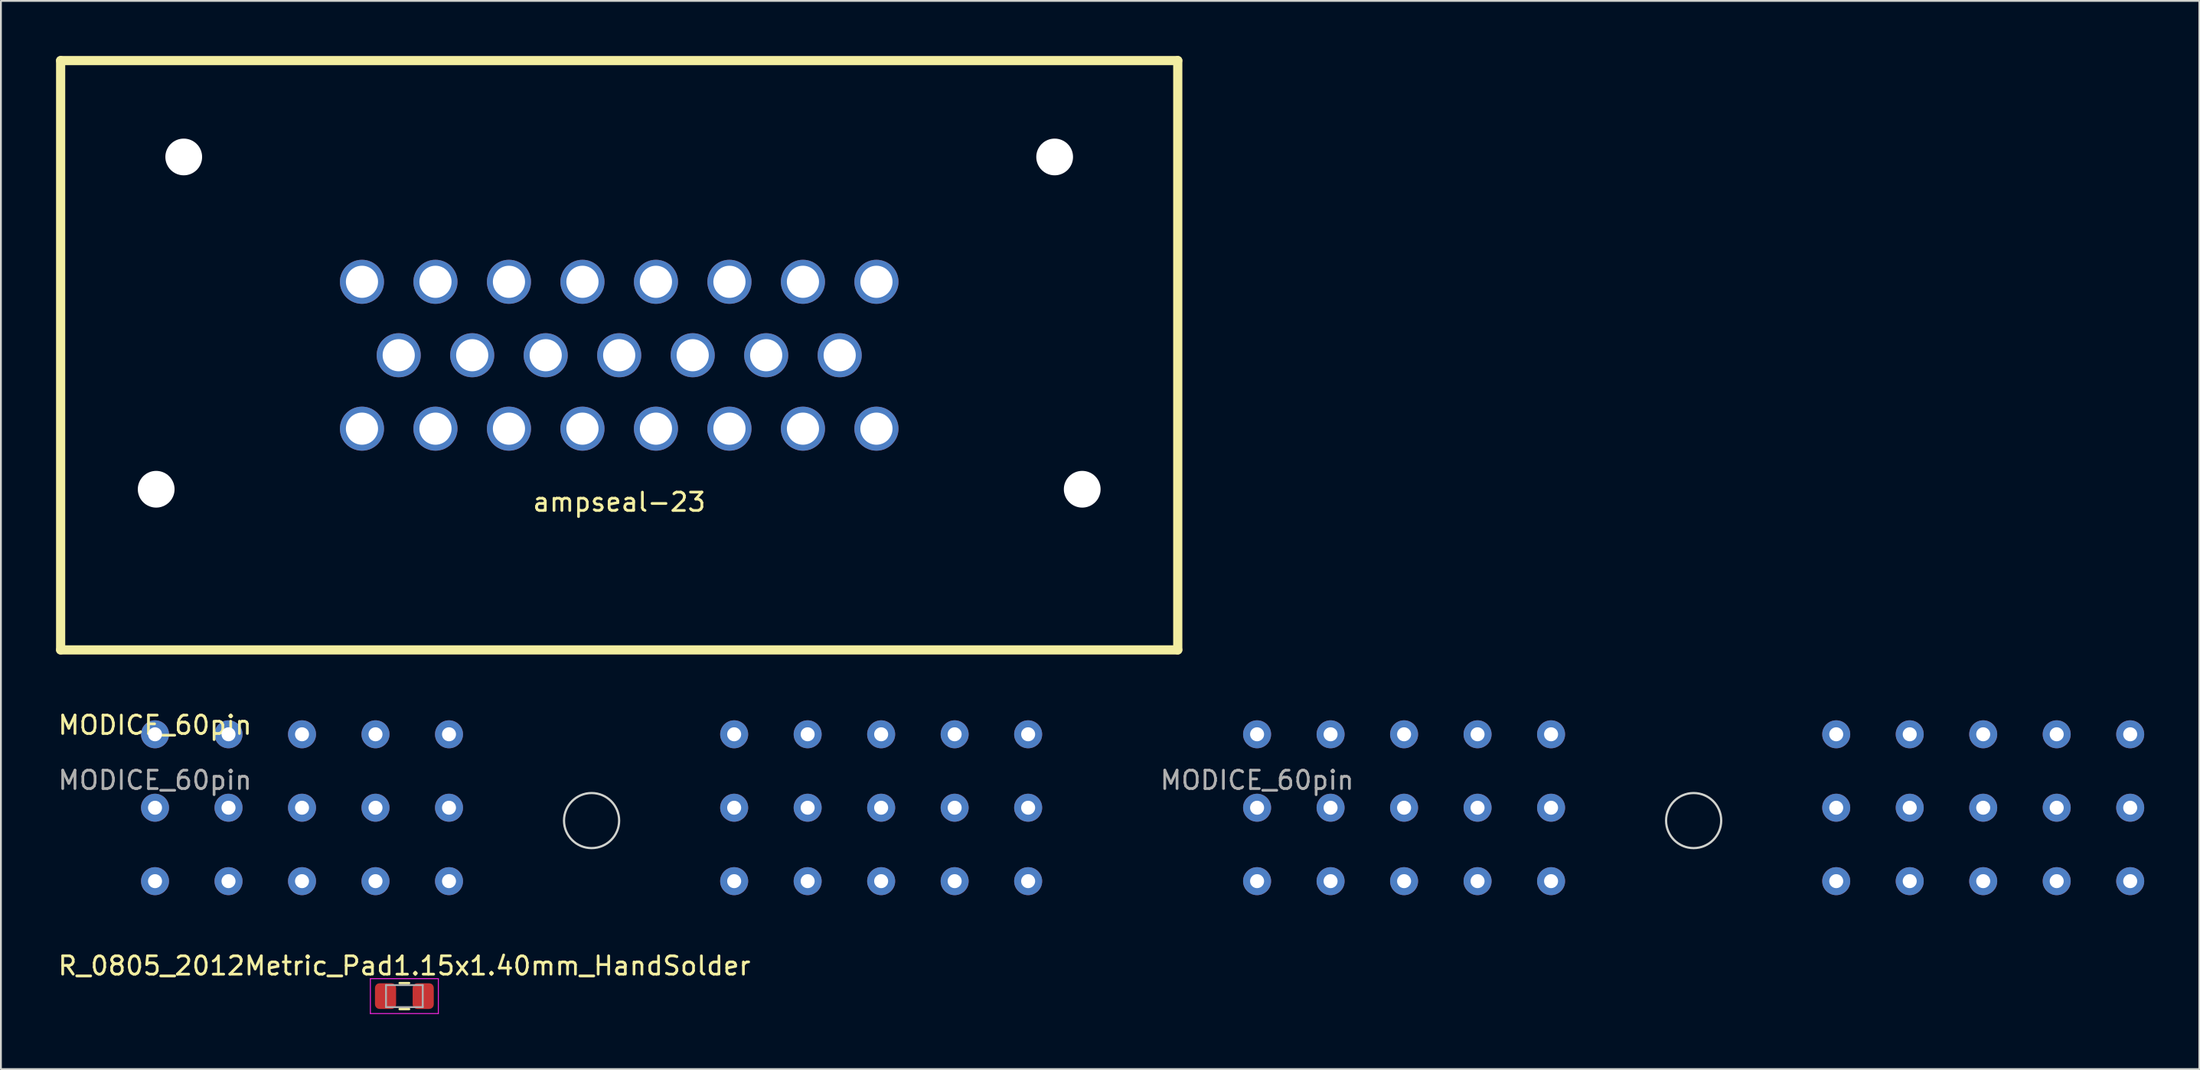
<source format=kicad_pcb>
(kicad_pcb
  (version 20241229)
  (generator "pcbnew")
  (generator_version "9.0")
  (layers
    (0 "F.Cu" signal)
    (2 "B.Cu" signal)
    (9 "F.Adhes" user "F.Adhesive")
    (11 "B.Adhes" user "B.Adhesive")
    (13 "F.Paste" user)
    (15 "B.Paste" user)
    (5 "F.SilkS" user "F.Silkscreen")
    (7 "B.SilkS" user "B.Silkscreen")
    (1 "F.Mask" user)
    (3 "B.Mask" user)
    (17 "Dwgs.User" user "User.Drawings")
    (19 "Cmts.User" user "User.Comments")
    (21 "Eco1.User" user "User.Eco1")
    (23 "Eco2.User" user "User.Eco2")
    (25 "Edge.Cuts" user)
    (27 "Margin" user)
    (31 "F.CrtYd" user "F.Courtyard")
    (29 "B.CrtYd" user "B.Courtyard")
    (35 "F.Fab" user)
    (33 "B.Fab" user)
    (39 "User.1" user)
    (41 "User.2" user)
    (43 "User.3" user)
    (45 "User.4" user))
  (footprint "R_0805_2012Metric_Pad1.15x1.40mm_HandSolder"
    (layer "F.Cu")
    (at 18.958 51.209)
    (property "Reference" "R_0805_2012Metric_Pad1.15x1.40mm_HandSolder" (at 0 -1.65 180) (layer "F.SilkS") (effects (font (size 1 1) (thickness 0.15))))
    (attr smd)
    (fp_line (start -0.261 -0.71) (end 0.261 -0.71) (stroke (width 0.12) (type solid)) (layer "F.SilkS"))
    (fp_line (start -0.261 0.71) (end 0.261 0.71) (stroke (width 0.12) (type solid)) (layer "F.SilkS"))
    (fp_line (start -1.85 -0.95) (end 1.85 -0.95) (stroke (width 0.05) (type solid)) (layer "F.CrtYd"))
    (fp_line (start -1.85 0.95) (end -1.85 -0.95) (stroke (width 0.05) (type solid)) (layer "F.CrtYd"))
    (fp_line (start 1.85 -0.95) (end 1.85 0.95) (stroke (width 0.05) (type solid)) (layer "F.CrtYd"))
    (fp_line (start 1.85 0.95) (end -1.85 0.95) (stroke (width 0.05) (type solid)) (layer "F.CrtYd"))
    (fp_line (start -1 -0.6) (end 1 -0.6) (stroke (width 0.1) (type solid)) (layer "F.Fab"))
    (fp_line (start -1 0.6) (end -1 -0.6) (stroke (width 0.1) (type solid)) (layer "F.Fab"))
    (fp_line (start 1 -0.6) (end 1 0.6) (stroke (width 0.1) (type solid)) (layer "F.Fab"))
    (fp_line (start 1 0.6) (end -1 0.6) (stroke (width 0.1) (type solid)) (layer "F.Fab"))
    (pad "1" smd roundrect (at -1.025 0) (size 1.15 1.4) (layers "F.Cu" "F.Mask" "F.Paste") (roundrect_rratio 0.217))
    (pad "2" smd roundrect (at 1.025 0) (size 1.15 1.4) (layers "F.Cu" "F.Mask" "F.Paste") (roundrect_rratio 0.217)))
  (footprint "MODICE_60pin"
    (layer "F.Cu")
    (at 5.387 36.948)
    (property "Reference" "MODICE_60pin" (at 0 -0.5 0) (unlocked yes) (layer "F.SilkS") (effects (font (size 1 1) (thickness 0.15))))
    (attr through_hole)
    (fp_circle (center 23.76 4.7) (end 25.26 4.7) (stroke (width 0.12) (type solid)) (fill no) (layer "Edge.Cuts"))
    (fp_circle (center 83.74 4.7) (end 85.24 4.7) (stroke (width 0.12) (type solid)) (fill no) (layer "Edge.Cuts"))
    (fp_text user "${REFERENCE}" (at 0 2.5 0) (unlocked yes) (layer "F.Fab") (effects (font (size 1 1) (thickness 0.15))))
    (fp_text user "${REFERENCE}" (at 59.98 2.5 0) (unlocked yes) (layer "F.Fab") (effects (font (size 1 1) (thickness 0.15))))
    (pad "1" thru_hole circle (at 0 8) (size 1.524 1.524) (drill 0.762) (layers "*.Cu" "*.Mask"))
    (pad "2" thru_hole circle (at 4 8) (size 1.524 1.524) (drill 0.762) (layers "*.Cu" "*.Mask"))
    (pad "3" thru_hole circle (at 8 8) (size 1.524 1.524) (drill 0.762) (layers "*.Cu" "*.Mask"))
    (pad "4" thru_hole circle (at 12 8) (size 1.524 1.524) (drill 0.762) (layers "*.Cu" "*.Mask"))
    (pad "5" thru_hole circle (at 16 8) (size 1.524 1.524) (drill 0.762) (layers "*.Cu" "*.Mask"))
    (pad "6" thru_hole circle (at 31.52 8) (size 1.524 1.524) (drill 0.762) (layers "*.Cu" "*.Mask"))
    (pad "7" thru_hole circle (at 35.52 8) (size 1.524 1.524) (drill 0.762) (layers "*.Cu" "*.Mask"))
    (pad "8" thru_hole circle (at 39.52 8) (size 1.524 1.524) (drill 0.762) (layers "*.Cu" "*.Mask"))
    (pad "9" thru_hole circle (at 43.52 8) (size 1.524 1.524) (drill 0.762) (layers "*.Cu" "*.Mask"))
    (pad "10" thru_hole circle (at 47.52 8) (size 1.524 1.524) (drill 0.762) (layers "*.Cu" "*.Mask"))
    (pad "11" thru_hole circle (at 59.98 8) (size 1.524 1.524) (drill 0.762) (layers "*.Cu" "*.Mask"))
    (pad "12" thru_hole circle (at 63.98 8) (size 1.524 1.524) (drill 0.762) (layers "*.Cu" "*.Mask"))
    (pad "13" thru_hole circle (at 67.98 8) (size 1.524 1.524) (drill 0.762) (layers "*.Cu" "*.Mask"))
    (pad "14" thru_hole circle (at 71.98 8) (size 1.524 1.524) (drill 0.762) (layers "*.Cu" "*.Mask"))
    (pad "15" thru_hole circle (at 75.98 8) (size 1.524 1.524) (drill 0.762) (layers "*.Cu" "*.Mask"))
    (pad "16" thru_hole circle (at 91.5 8) (size 1.524 1.524) (drill 0.762) (layers "*.Cu" "*.Mask"))
    (pad "17" thru_hole circle (at 95.5 8) (size 1.524 1.524) (drill 0.762) (layers "*.Cu" "*.Mask"))
    (pad "18" thru_hole circle (at 99.5 8) (size 1.524 1.524) (drill 0.762) (layers "*.Cu" "*.Mask"))
    (pad "19" thru_hole circle (at 103.5 8) (size 1.524 1.524) (drill 0.762) (layers "*.Cu" "*.Mask"))
    (pad "20" thru_hole circle (at 107.5 8) (size 1.524 1.524) (drill 0.762) (layers "*.Cu" "*.Mask"))
    (pad "21" thru_hole circle (at 0 4) (size 1.524 1.524) (drill 0.762) (layers "*.Cu" "*.Mask"))
    (pad "22" thru_hole circle (at 4 4) (size 1.524 1.524) (drill 0.762) (layers "*.Cu" "*.Mask"))
    (pad "23" thru_hole circle (at 8 4) (size 1.524 1.524) (drill 0.762) (layers "*.Cu" "*.Mask"))
    (pad "24" thru_hole circle (at 12 4) (size 1.524 1.524) (drill 0.762) (layers "*.Cu" "*.Mask"))
    (pad "25" thru_hole circle (at 16 4) (size 1.524 1.524) (drill 0.762) (layers "*.Cu" "*.Mask"))
    (pad "26" thru_hole circle (at 31.52 4) (size 1.524 1.524) (drill 0.762) (layers "*.Cu" "B.Mask"))
    (pad "27" thru_hole circle (at 35.52 4) (size 1.524 1.524) (drill 0.762) (layers "*.Cu" "*.Mask"))
    (pad "28" thru_hole circle (at 39.52 4) (size 1.524 1.524) (drill 0.762) (layers "*.Cu" "*.Mask"))
    (pad "29" thru_hole circle (at 43.52 4) (size 1.524 1.524) (drill 0.762) (layers "*.Cu" "*.Mask"))
    (pad "30" thru_hole circle (at 47.52 4) (size 1.524 1.524) (drill 0.762) (layers "*.Cu" "*.Mask"))
    (pad "31" thru_hole circle (at 59.98 4) (size 1.524 1.524) (drill 0.762) (layers "*.Cu" "*.Mask"))
    (pad "32" thru_hole circle (at 63.98 4) (size 1.524 1.524) (drill 0.762) (layers "*.Cu" "*.Mask"))
    (pad "33" thru_hole circle (at 67.98 4) (size 1.524 1.524) (drill 0.762) (layers "*.Cu" "*.Mask"))
    (pad "34" thru_hole circle (at 71.98 4) (size 1.524 1.524) (drill 0.762) (layers "*.Cu" "*.Mask"))
    (pad "35" thru_hole circle (at 75.98 4) (size 1.524 1.524) (drill 0.762) (layers "*.Cu" "*.Mask"))
    (pad "36" thru_hole circle (at 91.5 4) (size 1.524 1.524) (drill 0.762) (layers "*.Cu" "B.Mask"))
    (pad "37" thru_hole circle (at 95.5 4) (size 1.524 1.524) (drill 0.762) (layers "*.Cu" "*.Mask"))
    (pad "38" thru_hole circle (at 99.5 4) (size 1.524 1.524) (drill 0.762) (layers "*.Cu" "*.Mask"))
    (pad "39" thru_hole circle (at 103.5 4) (size 1.524 1.524) (drill 0.762) (layers "*.Cu" "*.Mask"))
    (pad "40" thru_hole circle (at 107.5 4) (size 1.524 1.524) (drill 0.762) (layers "*.Cu" "*.Mask"))
    (pad "41" thru_hole circle (at 0 0) (size 1.524 1.524) (drill 0.762) (layers "*.Cu" "*.Mask"))
    (pad "42" thru_hole circle (at 4 0) (size 1.524 1.524) (drill 0.762) (layers "*.Cu" "*.Mask"))
    (pad "43" thru_hole circle (at 8 0) (size 1.524 1.524) (drill 0.762) (layers "*.Cu" "*.Mask"))
    (pad "44" thru_hole circle (at 12 0) (size 1.524 1.524) (drill 0.762) (layers "*.Cu" "*.Mask"))
    (pad "45" thru_hole circle (at 16 0) (size 1.524 1.524) (drill 0.762) (layers "*.Cu" "*.Mask"))
    (pad "46" thru_hole circle (at 31.52 0) (size 1.524 1.524) (drill 0.762) (layers "*.Cu" "*.Mask"))
    (pad "47" thru_hole circle (at 35.52 0) (size 1.524 1.524) (drill 0.762) (layers "*.Cu" "*.Mask"))
    (pad "48" thru_hole circle (at 39.52 0) (size 1.524 1.524) (drill 0.762) (layers "*.Cu" "*.Mask"))
    (pad "49" thru_hole circle (at 43.52 0) (size 1.524 1.524) (drill 0.762) (layers "*.Cu" "*.Mask"))
    (pad "50" thru_hole circle (at 47.52 0) (size 1.524 1.524) (drill 0.762) (layers "*.Cu" "*.Mask"))
    (pad "51" thru_hole circle (at 59.98 0) (size 1.524 1.524) (drill 0.762) (layers "*.Cu" "*.Mask"))
    (pad "52" thru_hole circle (at 63.98 0) (size 1.524 1.524) (drill 0.762) (layers "*.Cu" "*.Mask"))
    (pad "53" thru_hole circle (at 67.98 0) (size 1.524 1.524) (drill 0.762) (layers "*.Cu" "*.Mask"))
    (pad "54" thru_hole circle (at 71.98 0) (size 1.524 1.524) (drill 0.762) (layers "*.Cu" "*.Mask"))
    (pad "55" thru_hole circle (at 75.98 0) (size 1.524 1.524) (drill 0.762) (layers "*.Cu" "*.Mask"))
    (pad "56" thru_hole circle (at 91.5 0) (size 1.524 1.524) (drill 0.762) (layers "*.Cu" "*.Mask"))
    (pad "57" thru_hole circle (at 95.5 0) (size 1.524 1.524) (drill 0.762) (layers "*.Cu" "*.Mask"))
    (pad "58" thru_hole circle (at 99.5 0) (size 1.524 1.524) (drill 0.762) (layers "*.Cu" "*.Mask"))
    (pad "59" thru_hole circle (at 103.5 0) (size 1.524 1.524) (drill 0.762) (layers "*.Cu" "*.Mask"))
    (pad "60" thru_hole circle (at 107.5 0) (size 1.524 1.524) (drill 0.762) (layers "*.Cu" "*.Mask")))
  (footprint "ampseal-23"
    (layer "F.Cu")
    (at 30.65 16.3)
    (property "Reference" "ampseal-23" (at 0 8 0) (layer "F.SilkS") (effects (font (size 1 1) (thickness 0.15))))
    (attr through_hole)
    (fp_line (start -30.4 -16.05) (end 30.4 -16.05) (stroke (width 0.5) (type solid)) (layer "F.SilkS"))
    (fp_line (start -30.4 16.05) (end -30.4 -16.05) (stroke (width 0.5) (type solid)) (layer "F.SilkS"))
    (fp_line (start 30.4 -16.05) (end 30.4 16.05) (stroke (width 0.5) (type solid)) (layer "F.SilkS"))
    (fp_line (start 30.4 16.05) (end -30.4 16.05) (stroke (width 0.5) (type solid)) (layer "F.SilkS"))
    (pad "" np_thru_hole circle (at -25.2 7.3) (size 2 2) (drill 2) (layers "*.Cu" "*.Mask"))
    (pad "" np_thru_hole circle (at -23.7 -10.8) (size 2 2) (drill 2) (layers "*.Cu" "*.Mask"))
    (pad "" np_thru_hole circle (at 23.7 -10.8) (size 2 2) (drill 2) (layers "*.Cu" "*.Mask"))
    (pad "" np_thru_hole circle (at 25.2 7.3) (size 2 2) (drill 2) (layers "*.Cu" "*.Mask"))
    (pad "1" thru_hole circle (at -14 -4) (size 2.4 2.4) (drill 1.75) (layers "*.Cu" "*.Mask"))
    (pad "2" thru_hole circle (at -10 -4) (size 2.4 2.4) (drill 1.75) (layers "*.Cu" "*.Mask"))
    (pad "3" thru_hole circle (at -6 -4) (size 2.4 2.4) (drill 1.75) (layers "*.Cu" "*.Mask"))
    (pad "4" thru_hole circle (at -2 -4) (size 2.4 2.4) (drill 1.75) (layers "*.Cu" "*.Mask"))
    (pad "5" thru_hole circle (at 2 -4) (size 2.4 2.4) (drill 1.75) (layers "*.Cu" "*.Mask"))
    (pad "6" thru_hole circle (at 6 -4) (size 2.4 2.4) (drill 1.75) (layers "*.Cu" "*.Mask"))
    (pad "7" thru_hole circle (at 10 -4) (size 2.4 2.4) (drill 1.75) (layers "*.Cu" "*.Mask"))
    (pad "8" thru_hole circle (at 14 -4) (size 2.4 2.4) (drill 1.75) (layers "*.Cu" "*.Mask"))
    (pad "9" thru_hole circle (at -12 0) (size 2.4 2.4) (drill 1.75) (layers "*.Cu" "*.Mask"))
    (pad "10" thru_hole circle (at -8 0) (size 2.4 2.4) (drill 1.75) (layers "*.Cu" "*.Mask"))
    (pad "11" thru_hole circle (at -4 0) (size 2.4 2.4) (drill 1.75) (layers "*.Cu" "*.Mask"))
    (pad "12" thru_hole circle (at 0 0) (size 2.4 2.4) (drill 1.75) (layers "*.Cu" "*.Mask"))
    (pad "13" thru_hole circle (at 4 0) (size 2.4 2.4) (drill 1.75) (layers "*.Cu" "*.Mask"))
    (pad "14" thru_hole circle (at 8 0) (size 2.4 2.4) (drill 1.75) (layers "*.Cu" "*.Mask"))
    (pad "15" thru_hole circle (at 12 0) (size 2.4 2.4) (drill 1.75) (layers "*.Cu" "*.Mask"))
    (pad "16" thru_hole circle (at -14 4) (size 2.4 2.4) (drill 1.75) (layers "*.Cu" "*.Mask"))
    (pad "17" thru_hole circle (at -10 4) (size 2.4 2.4) (drill 1.75) (layers "*.Cu" "*.Mask"))
    (pad "18" thru_hole circle (at -6 4) (size 2.4 2.4) (drill 1.75) (layers "*.Cu" "*.Mask"))
    (pad "19" thru_hole circle (at -2 4) (size 2.4 2.4) (drill 1.75) (layers "*.Cu" "*.Mask"))
    (pad "20" thru_hole circle (at 2 4) (size 2.4 2.4) (drill 1.75) (layers "*.Cu" "*.Mask"))
    (pad "21" thru_hole circle (at 6 4) (size 2.4 2.4) (drill 1.75) (layers "*.Cu" "*.Mask"))
    (pad "22" thru_hole circle (at 10 4) (size 2.4 2.4) (drill 1.75) (layers "*.Cu" "*.Mask"))
    (pad "23" thru_hole circle (at 14 4) (size 2.4 2.4) (drill 1.75) (layers "*.Cu" "*.Mask")))
  (gr_rect
    (start -3 -3)
    (end 116.649 55.184)
    (stroke (width 0.1) (type default))
    (fill no)
    (layer "Edge.Cuts")))
</source>
